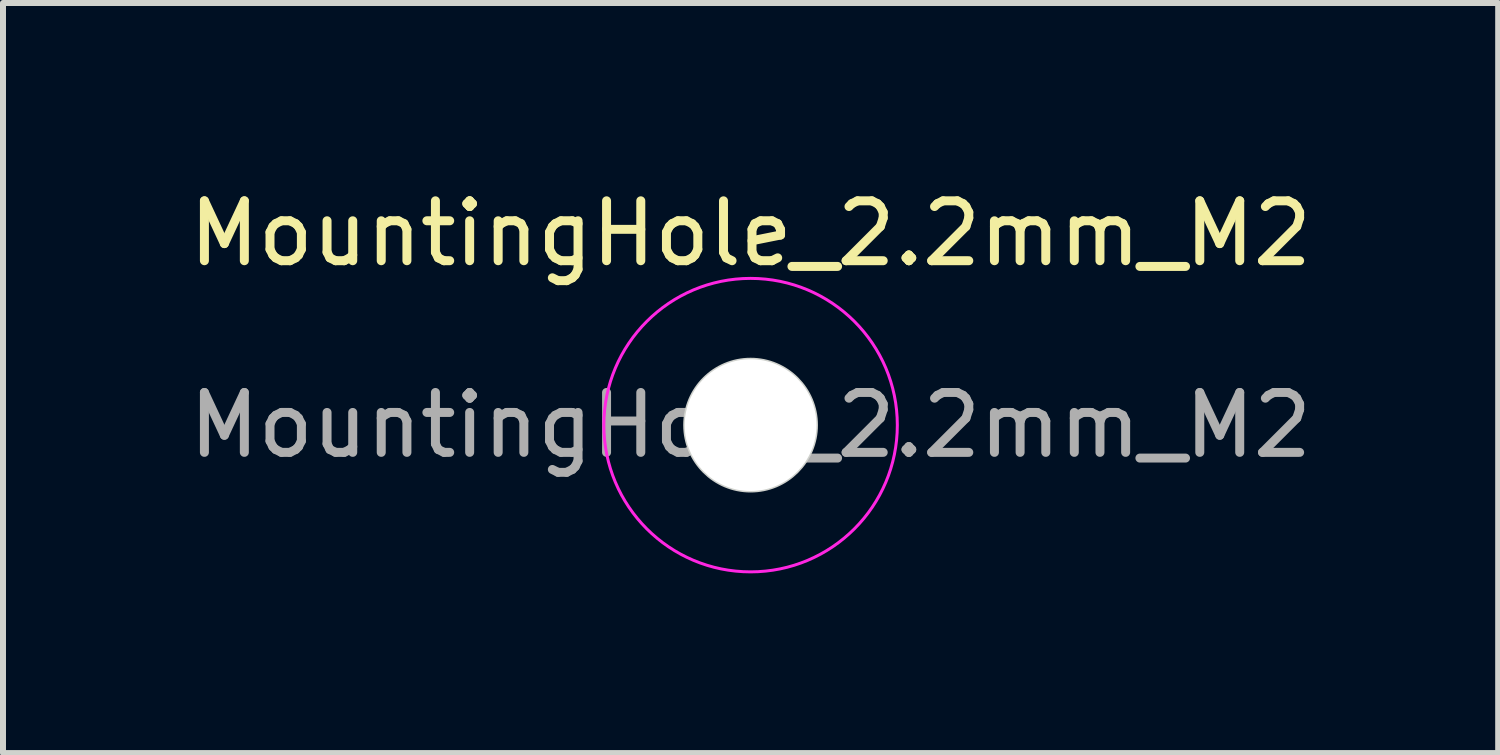
<source format=kicad_pcb>
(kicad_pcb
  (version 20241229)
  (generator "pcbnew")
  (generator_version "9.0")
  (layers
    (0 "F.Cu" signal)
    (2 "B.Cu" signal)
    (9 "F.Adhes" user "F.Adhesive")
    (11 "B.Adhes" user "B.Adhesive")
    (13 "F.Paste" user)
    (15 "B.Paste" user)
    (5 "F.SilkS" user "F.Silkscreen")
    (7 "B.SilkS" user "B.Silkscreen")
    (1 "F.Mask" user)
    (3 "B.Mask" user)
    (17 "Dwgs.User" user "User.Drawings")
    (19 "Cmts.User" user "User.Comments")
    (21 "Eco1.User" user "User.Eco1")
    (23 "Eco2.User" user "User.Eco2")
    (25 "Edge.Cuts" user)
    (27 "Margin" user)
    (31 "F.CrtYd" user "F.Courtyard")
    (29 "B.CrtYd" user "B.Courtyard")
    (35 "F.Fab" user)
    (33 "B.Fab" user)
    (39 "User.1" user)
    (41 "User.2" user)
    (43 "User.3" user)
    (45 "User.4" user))
  (footprint "MountingHole_2.2mm_M2"
    (layer "F.Cu")
    (at 9.482 4.048)
    (property "Reference" "MountingHole_2.2mm_M2" (at 0 -3.2 0) (layer "F.SilkS") (effects (font (size 1 1) (thickness 0.15))))
    (attr exclude_from_pos_files exclude_from_bom)
    (fp_circle (center 0 0) (end 1.1 0) (stroke (width 0.05) (type solid)) (fill no) (layer "Edge.Cuts"))
    (fp_circle (center 0 0) (end 2.45 0) (stroke (width 0.05) (type solid)) (fill no) (layer "F.CrtYd"))
    (fp_text user "${REFERENCE}" (at 0 0 0) (layer "F.Fab") (effects (font (size 1 1) (thickness 0.15))))
    (pad "" np_thru_hole circle (at 0 0) (size 2.2 2.2) (drill 2.2) (layers "*.Cu" "*.Mask")))
  (gr_rect
    (start -3 -3)
    (end 21.964 9.523)
    (stroke (width 0.1) (type default))
    (fill no)
    (layer "Edge.Cuts")))
</source>
